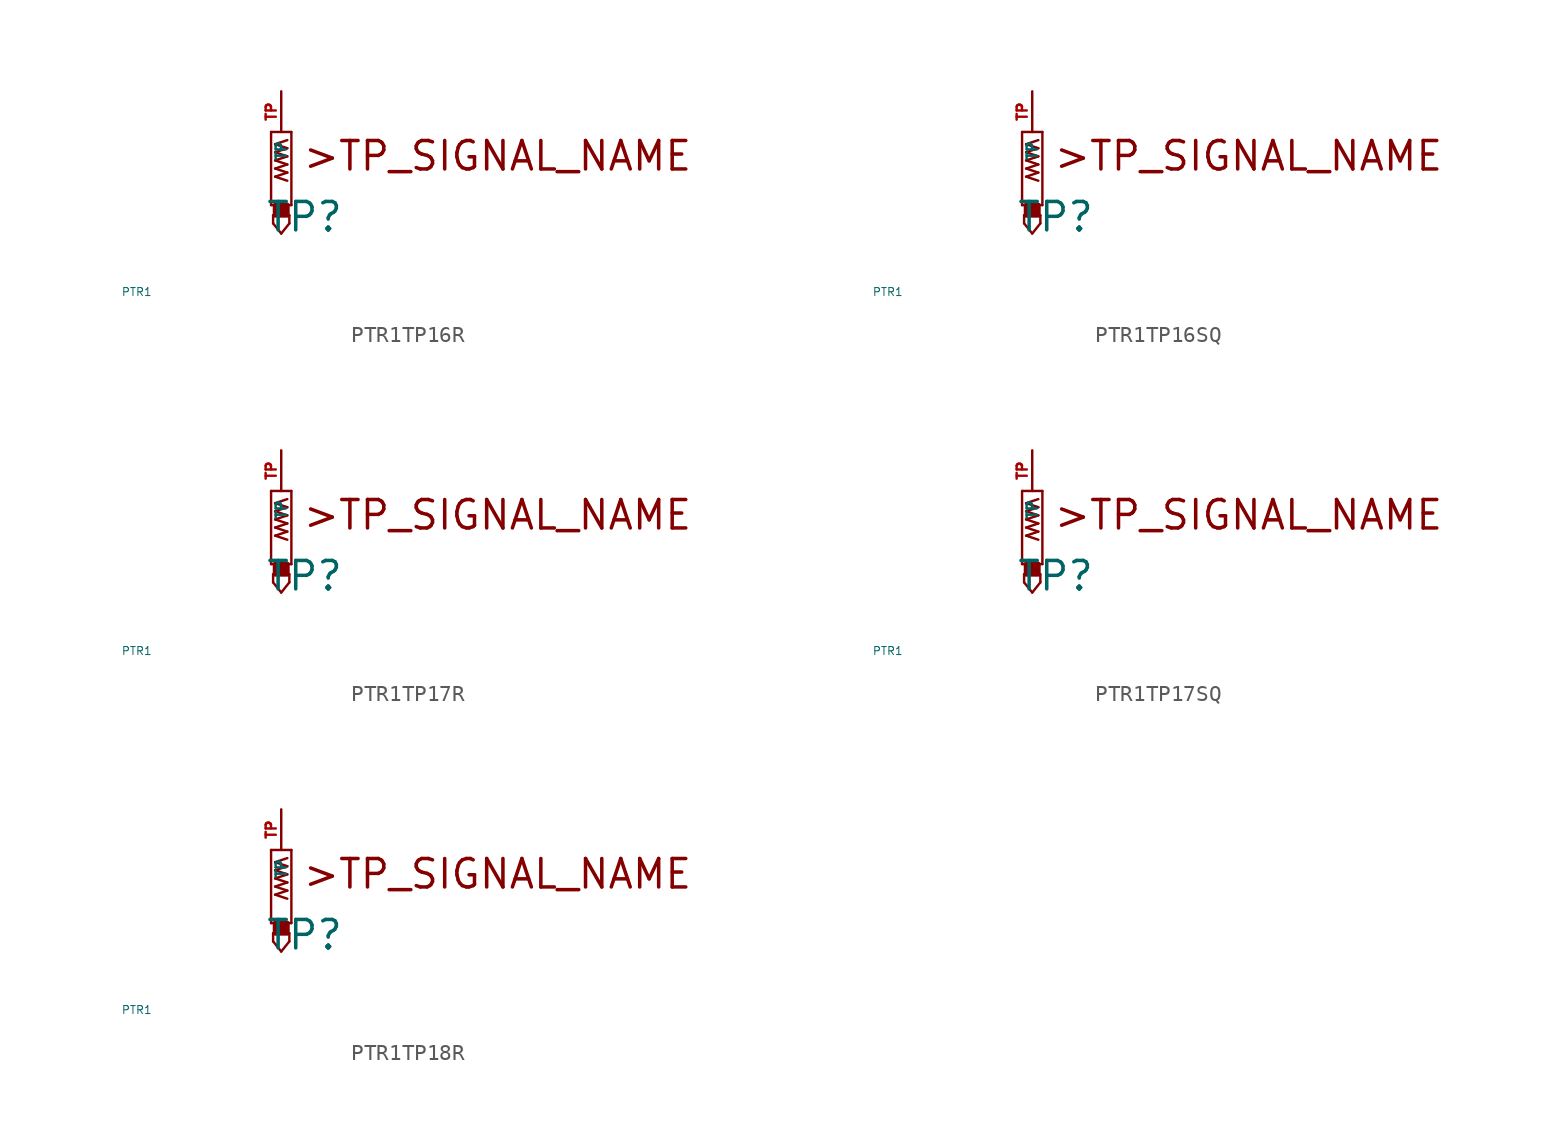
<source format=kicad_sym>
(kicad_symbol_lib
  (version 20220914)
  (generator Eagle2Kicad)
  (symbol "PTR1TP16R"
    (property "Reference" "TP"
      (at -1.016 -6.35 0)
      (effects (font (size 1.778 1.778) (thickness 0.22)) (justify left bottom)))
    (property "Value" "PTR1"
      (at -10 -10 0)
      (effects (font (size 0.5 0.5) (thickness 0.06)) (justify left)))
    (polyline
      (pts (xy 0.635 -4.572) (xy -0.635 -4.572))
      (stroke (width 0.152) (type default))
      (fill (type none)))
    (polyline
      (pts (xy 0.635 -4.572) (xy 0.635 0))
      (stroke (width 0.152) (type default))
      (fill (type none)))
    (polyline
      (pts (xy 0.635 0) (xy -0.635 0))
      (stroke (width 0.152) (type default))
      (fill (type none)))
    (polyline
      (pts (xy -0.635 0) (xy -0.635 -4.572))
      (stroke (width 0.152) (type default))
      (fill (type none)))
    (polyline
      (pts (xy 0.381 -3.048) (xy -0.381 -2.794))
      (stroke (width 0.152) (type default))
      (fill (type none)))
    (polyline
      (pts (xy -0.381 -2.794) (xy 0.381 -2.54))
      (stroke (width 0.152) (type default))
      (fill (type none)))
    (polyline
      (pts (xy 0.381 -2.54) (xy -0.381 -2.286))
      (stroke (width 0.152) (type default))
      (fill (type none)))
    (polyline
      (pts (xy -0.381 -2.286) (xy 0.381 -2.032))
      (stroke (width 0.152) (type default))
      (fill (type none)))
    (polyline
      (pts (xy 0.381 -2.032) (xy -0.381 -1.778))
      (stroke (width 0.152) (type default))
      (fill (type none)))
    (polyline
      (pts (xy -0.381 -1.778) (xy 0.381 -1.524))
      (stroke (width 0.152) (type default))
      (fill (type none)))
    (polyline
      (pts (xy 0.381 -1.524) (xy -0.381 -1.27))
      (stroke (width 0.152) (type default))
      (fill (type none)))
    (polyline
      (pts (xy -0.381 -1.27) (xy 0.381 -1.016))
      (stroke (width 0.152) (type default))
      (fill (type none)))
    (polyline
      (pts (xy 0.381 -1.016) (xy -0.381 -0.762))
      (stroke (width 0.152) (type default))
      (fill (type none)))
    (polyline
      (pts (xy -0.381 -0.762) (xy 0.381 -0.508))
      (stroke (width 0.152) (type default))
      (fill (type none)))
    (polyline
      (pts (xy 0.508 -5.207) (xy -0.508 -5.207))
      (stroke (width 0.152) (type default))
      (fill (type none)))
    (polyline
      (pts (xy -0.508 -5.207) (xy -0.508 -5.715))
      (stroke (width 0.152) (type default))
      (fill (type none)))
    (polyline
      (pts (xy -0.508 -5.715) (xy 0 -6.35))
      (stroke (width 0.152) (type default))
      (fill (type none)))
    (polyline
      (pts (xy 0 -6.35) (xy 0.508 -5.715))
      (stroke (width 0.152) (type default))
      (fill (type none)))
    (polyline
      (pts (xy 0.508 -5.715) (xy 0.508 -5.207))
      (stroke (width 0.152) (type default))
      (fill (type none)))
    (text ">TP_SIGNAL_NAME"
      (at 1.27 -2.54 0)
      (effects (font (size 1.778 1.778) (thickness 0.22)) (justify left bottom)))
    (rectangle
      (start -0.381 -5.207)
      (end 0.381 -4.572)
      (stroke (width 0.3) (type default))
      (fill (type outline)))
    (pin input line
      (at 0 2.54 270)
      (length 2.54)
      (name "TP" (effects (font (size 0.635 0.635) (thickness 0.08)) (justify left bottom)))
      (number "TP" (effects (font (size 0.635 0.635) (thickness 0.08)) (justify left bottom)))))
  (symbol "PTR1TP16SQ"
    (property "Reference" "TP"
      (at -1.016 -6.35 0)
      (effects (font (size 1.778 1.778) (thickness 0.22)) (justify left bottom)))
    (property "Value" "PTR1"
      (at -10 -10 0)
      (effects (font (size 0.5 0.5) (thickness 0.06)) (justify left)))
    (polyline
      (pts (xy 0.635 -4.572) (xy -0.635 -4.572))
      (stroke (width 0.152) (type default))
      (fill (type none)))
    (polyline
      (pts (xy 0.635 -4.572) (xy 0.635 0))
      (stroke (width 0.152) (type default))
      (fill (type none)))
    (polyline
      (pts (xy 0.635 0) (xy -0.635 0))
      (stroke (width 0.152) (type default))
      (fill (type none)))
    (polyline
      (pts (xy -0.635 0) (xy -0.635 -4.572))
      (stroke (width 0.152) (type default))
      (fill (type none)))
    (polyline
      (pts (xy 0.381 -3.048) (xy -0.381 -2.794))
      (stroke (width 0.152) (type default))
      (fill (type none)))
    (polyline
      (pts (xy -0.381 -2.794) (xy 0.381 -2.54))
      (stroke (width 0.152) (type default))
      (fill (type none)))
    (polyline
      (pts (xy 0.381 -2.54) (xy -0.381 -2.286))
      (stroke (width 0.152) (type default))
      (fill (type none)))
    (polyline
      (pts (xy -0.381 -2.286) (xy 0.381 -2.032))
      (stroke (width 0.152) (type default))
      (fill (type none)))
    (polyline
      (pts (xy 0.381 -2.032) (xy -0.381 -1.778))
      (stroke (width 0.152) (type default))
      (fill (type none)))
    (polyline
      (pts (xy -0.381 -1.778) (xy 0.381 -1.524))
      (stroke (width 0.152) (type default))
      (fill (type none)))
    (polyline
      (pts (xy 0.381 -1.524) (xy -0.381 -1.27))
      (stroke (width 0.152) (type default))
      (fill (type none)))
    (polyline
      (pts (xy -0.381 -1.27) (xy 0.381 -1.016))
      (stroke (width 0.152) (type default))
      (fill (type none)))
    (polyline
      (pts (xy 0.381 -1.016) (xy -0.381 -0.762))
      (stroke (width 0.152) (type default))
      (fill (type none)))
    (polyline
      (pts (xy -0.381 -0.762) (xy 0.381 -0.508))
      (stroke (width 0.152) (type default))
      (fill (type none)))
    (polyline
      (pts (xy 0.508 -5.207) (xy -0.508 -5.207))
      (stroke (width 0.152) (type default))
      (fill (type none)))
    (polyline
      (pts (xy -0.508 -5.207) (xy -0.508 -5.715))
      (stroke (width 0.152) (type default))
      (fill (type none)))
    (polyline
      (pts (xy -0.508 -5.715) (xy 0 -6.35))
      (stroke (width 0.152) (type default))
      (fill (type none)))
    (polyline
      (pts (xy 0 -6.35) (xy 0.508 -5.715))
      (stroke (width 0.152) (type default))
      (fill (type none)))
    (polyline
      (pts (xy 0.508 -5.715) (xy 0.508 -5.207))
      (stroke (width 0.152) (type default))
      (fill (type none)))
    (text ">TP_SIGNAL_NAME"
      (at 1.27 -2.54 0)
      (effects (font (size 1.778 1.778) (thickness 0.22)) (justify left bottom)))
    (rectangle
      (start -0.381 -5.207)
      (end 0.381 -4.572)
      (stroke (width 0.3) (type default))
      (fill (type outline)))
    (pin input line
      (at 0 2.54 270)
      (length 2.54)
      (name "TP" (effects (font (size 0.635 0.635) (thickness 0.08)) (justify left bottom)))
      (number "TP" (effects (font (size 0.635 0.635) (thickness 0.08)) (justify left bottom)))))
  (symbol "PTR1TP17R"
    (property "Reference" "TP"
      (at -1.016 -6.35 0)
      (effects (font (size 1.778 1.778) (thickness 0.22)) (justify left bottom)))
    (property "Value" "PTR1"
      (at -10 -10 0)
      (effects (font (size 0.5 0.5) (thickness 0.06)) (justify left)))
    (polyline
      (pts (xy 0.635 -4.572) (xy -0.635 -4.572))
      (stroke (width 0.152) (type default))
      (fill (type none)))
    (polyline
      (pts (xy 0.635 -4.572) (xy 0.635 0))
      (stroke (width 0.152) (type default))
      (fill (type none)))
    (polyline
      (pts (xy 0.635 0) (xy -0.635 0))
      (stroke (width 0.152) (type default))
      (fill (type none)))
    (polyline
      (pts (xy -0.635 0) (xy -0.635 -4.572))
      (stroke (width 0.152) (type default))
      (fill (type none)))
    (polyline
      (pts (xy 0.381 -3.048) (xy -0.381 -2.794))
      (stroke (width 0.152) (type default))
      (fill (type none)))
    (polyline
      (pts (xy -0.381 -2.794) (xy 0.381 -2.54))
      (stroke (width 0.152) (type default))
      (fill (type none)))
    (polyline
      (pts (xy 0.381 -2.54) (xy -0.381 -2.286))
      (stroke (width 0.152) (type default))
      (fill (type none)))
    (polyline
      (pts (xy -0.381 -2.286) (xy 0.381 -2.032))
      (stroke (width 0.152) (type default))
      (fill (type none)))
    (polyline
      (pts (xy 0.381 -2.032) (xy -0.381 -1.778))
      (stroke (width 0.152) (type default))
      (fill (type none)))
    (polyline
      (pts (xy -0.381 -1.778) (xy 0.381 -1.524))
      (stroke (width 0.152) (type default))
      (fill (type none)))
    (polyline
      (pts (xy 0.381 -1.524) (xy -0.381 -1.27))
      (stroke (width 0.152) (type default))
      (fill (type none)))
    (polyline
      (pts (xy -0.381 -1.27) (xy 0.381 -1.016))
      (stroke (width 0.152) (type default))
      (fill (type none)))
    (polyline
      (pts (xy 0.381 -1.016) (xy -0.381 -0.762))
      (stroke (width 0.152) (type default))
      (fill (type none)))
    (polyline
      (pts (xy -0.381 -0.762) (xy 0.381 -0.508))
      (stroke (width 0.152) (type default))
      (fill (type none)))
    (polyline
      (pts (xy 0.508 -5.207) (xy -0.508 -5.207))
      (stroke (width 0.152) (type default))
      (fill (type none)))
    (polyline
      (pts (xy -0.508 -5.207) (xy -0.508 -5.715))
      (stroke (width 0.152) (type default))
      (fill (type none)))
    (polyline
      (pts (xy -0.508 -5.715) (xy 0 -6.35))
      (stroke (width 0.152) (type default))
      (fill (type none)))
    (polyline
      (pts (xy 0 -6.35) (xy 0.508 -5.715))
      (stroke (width 0.152) (type default))
      (fill (type none)))
    (polyline
      (pts (xy 0.508 -5.715) (xy 0.508 -5.207))
      (stroke (width 0.152) (type default))
      (fill (type none)))
    (text ">TP_SIGNAL_NAME"
      (at 1.27 -2.54 0)
      (effects (font (size 1.778 1.778) (thickness 0.22)) (justify left bottom)))
    (rectangle
      (start -0.381 -5.207)
      (end 0.381 -4.572)
      (stroke (width 0.3) (type default))
      (fill (type outline)))
    (pin input line
      (at 0 2.54 270)
      (length 2.54)
      (name "TP" (effects (font (size 0.635 0.635) (thickness 0.08)) (justify left bottom)))
      (number "TP" (effects (font (size 0.635 0.635) (thickness 0.08)) (justify left bottom)))))
  (symbol "PTR1TP17SQ"
    (property "Reference" "TP"
      (at -1.016 -6.35 0)
      (effects (font (size 1.778 1.778) (thickness 0.22)) (justify left bottom)))
    (property "Value" "PTR1"
      (at -10 -10 0)
      (effects (font (size 0.5 0.5) (thickness 0.06)) (justify left)))
    (polyline
      (pts (xy 0.635 -4.572) (xy -0.635 -4.572))
      (stroke (width 0.152) (type default))
      (fill (type none)))
    (polyline
      (pts (xy 0.635 -4.572) (xy 0.635 0))
      (stroke (width 0.152) (type default))
      (fill (type none)))
    (polyline
      (pts (xy 0.635 0) (xy -0.635 0))
      (stroke (width 0.152) (type default))
      (fill (type none)))
    (polyline
      (pts (xy -0.635 0) (xy -0.635 -4.572))
      (stroke (width 0.152) (type default))
      (fill (type none)))
    (polyline
      (pts (xy 0.381 -3.048) (xy -0.381 -2.794))
      (stroke (width 0.152) (type default))
      (fill (type none)))
    (polyline
      (pts (xy -0.381 -2.794) (xy 0.381 -2.54))
      (stroke (width 0.152) (type default))
      (fill (type none)))
    (polyline
      (pts (xy 0.381 -2.54) (xy -0.381 -2.286))
      (stroke (width 0.152) (type default))
      (fill (type none)))
    (polyline
      (pts (xy -0.381 -2.286) (xy 0.381 -2.032))
      (stroke (width 0.152) (type default))
      (fill (type none)))
    (polyline
      (pts (xy 0.381 -2.032) (xy -0.381 -1.778))
      (stroke (width 0.152) (type default))
      (fill (type none)))
    (polyline
      (pts (xy -0.381 -1.778) (xy 0.381 -1.524))
      (stroke (width 0.152) (type default))
      (fill (type none)))
    (polyline
      (pts (xy 0.381 -1.524) (xy -0.381 -1.27))
      (stroke (width 0.152) (type default))
      (fill (type none)))
    (polyline
      (pts (xy -0.381 -1.27) (xy 0.381 -1.016))
      (stroke (width 0.152) (type default))
      (fill (type none)))
    (polyline
      (pts (xy 0.381 -1.016) (xy -0.381 -0.762))
      (stroke (width 0.152) (type default))
      (fill (type none)))
    (polyline
      (pts (xy -0.381 -0.762) (xy 0.381 -0.508))
      (stroke (width 0.152) (type default))
      (fill (type none)))
    (polyline
      (pts (xy 0.508 -5.207) (xy -0.508 -5.207))
      (stroke (width 0.152) (type default))
      (fill (type none)))
    (polyline
      (pts (xy -0.508 -5.207) (xy -0.508 -5.715))
      (stroke (width 0.152) (type default))
      (fill (type none)))
    (polyline
      (pts (xy -0.508 -5.715) (xy 0 -6.35))
      (stroke (width 0.152) (type default))
      (fill (type none)))
    (polyline
      (pts (xy 0 -6.35) (xy 0.508 -5.715))
      (stroke (width 0.152) (type default))
      (fill (type none)))
    (polyline
      (pts (xy 0.508 -5.715) (xy 0.508 -5.207))
      (stroke (width 0.152) (type default))
      (fill (type none)))
    (text ">TP_SIGNAL_NAME"
      (at 1.27 -2.54 0)
      (effects (font (size 1.778 1.778) (thickness 0.22)) (justify left bottom)))
    (rectangle
      (start -0.381 -5.207)
      (end 0.381 -4.572)
      (stroke (width 0.3) (type default))
      (fill (type outline)))
    (pin input line
      (at 0 2.54 270)
      (length 2.54)
      (name "TP" (effects (font (size 0.635 0.635) (thickness 0.08)) (justify left bottom)))
      (number "TP" (effects (font (size 0.635 0.635) (thickness 0.08)) (justify left bottom)))))
  (symbol "PTR1TP18R"
    (property "Reference" "TP"
      (at -1.016 -6.35 0)
      (effects (font (size 1.778 1.778) (thickness 0.22)) (justify left bottom)))
    (property "Value" "PTR1"
      (at -10 -10 0)
      (effects (font (size 0.5 0.5) (thickness 0.06)) (justify left)))
    (polyline
      (pts (xy 0.635 -4.572) (xy -0.635 -4.572))
      (stroke (width 0.152) (type default))
      (fill (type none)))
    (polyline
      (pts (xy 0.635 -4.572) (xy 0.635 0))
      (stroke (width 0.152) (type default))
      (fill (type none)))
    (polyline
      (pts (xy 0.635 0) (xy -0.635 0))
      (stroke (width 0.152) (type default))
      (fill (type none)))
    (polyline
      (pts (xy -0.635 0) (xy -0.635 -4.572))
      (stroke (width 0.152) (type default))
      (fill (type none)))
    (polyline
      (pts (xy 0.381 -3.048) (xy -0.381 -2.794))
      (stroke (width 0.152) (type default))
      (fill (type none)))
    (polyline
      (pts (xy -0.381 -2.794) (xy 0.381 -2.54))
      (stroke (width 0.152) (type default))
      (fill (type none)))
    (polyline
      (pts (xy 0.381 -2.54) (xy -0.381 -2.286))
      (stroke (width 0.152) (type default))
      (fill (type none)))
    (polyline
      (pts (xy -0.381 -2.286) (xy 0.381 -2.032))
      (stroke (width 0.152) (type default))
      (fill (type none)))
    (polyline
      (pts (xy 0.381 -2.032) (xy -0.381 -1.778))
      (stroke (width 0.152) (type default))
      (fill (type none)))
    (polyline
      (pts (xy -0.381 -1.778) (xy 0.381 -1.524))
      (stroke (width 0.152) (type default))
      (fill (type none)))
    (polyline
      (pts (xy 0.381 -1.524) (xy -0.381 -1.27))
      (stroke (width 0.152) (type default))
      (fill (type none)))
    (polyline
      (pts (xy -0.381 -1.27) (xy 0.381 -1.016))
      (stroke (width 0.152) (type default))
      (fill (type none)))
    (polyline
      (pts (xy 0.381 -1.016) (xy -0.381 -0.762))
      (stroke (width 0.152) (type default))
      (fill (type none)))
    (polyline
      (pts (xy -0.381 -0.762) (xy 0.381 -0.508))
      (stroke (width 0.152) (type default))
      (fill (type none)))
    (polyline
      (pts (xy 0.508 -5.207) (xy -0.508 -5.207))
      (stroke (width 0.152) (type default))
      (fill (type none)))
    (polyline
      (pts (xy -0.508 -5.207) (xy -0.508 -5.715))
      (stroke (width 0.152) (type default))
      (fill (type none)))
    (polyline
      (pts (xy -0.508 -5.715) (xy 0 -6.35))
      (stroke (width 0.152) (type default))
      (fill (type none)))
    (polyline
      (pts (xy 0 -6.35) (xy 0.508 -5.715))
      (stroke (width 0.152) (type default))
      (fill (type none)))
    (polyline
      (pts (xy 0.508 -5.715) (xy 0.508 -5.207))
      (stroke (width 0.152) (type default))
      (fill (type none)))
    (text ">TP_SIGNAL_NAME"
      (at 1.27 -2.54 0)
      (effects (font (size 1.778 1.778) (thickness 0.22)) (justify left bottom)))
    (rectangle
      (start -0.381 -5.207)
      (end 0.381 -4.572)
      (stroke (width 0.3) (type default))
      (fill (type outline)))
    (pin input line
      (at 0 2.54 270)
      (length 2.54)
      (name "TP" (effects (font (size 0.635 0.635) (thickness 0.08)) (justify left bottom)))
      (number "TP" (effects (font (size 0.635 0.635) (thickness 0.08)) (justify left bottom))))))
</source>
